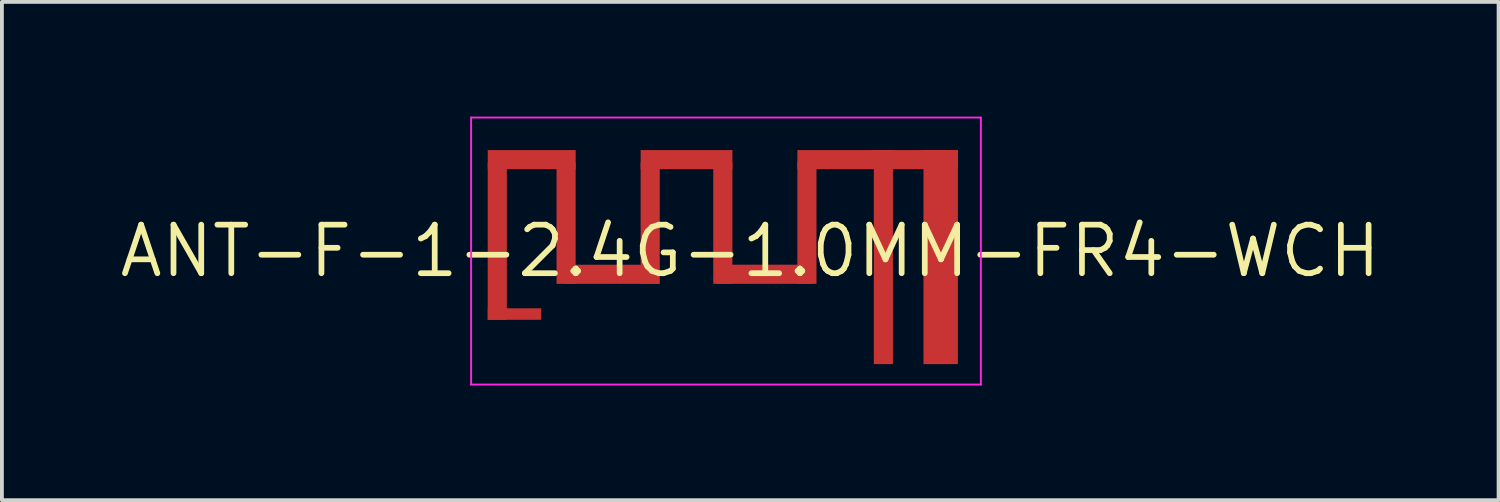
<source format=kicad_pcb>
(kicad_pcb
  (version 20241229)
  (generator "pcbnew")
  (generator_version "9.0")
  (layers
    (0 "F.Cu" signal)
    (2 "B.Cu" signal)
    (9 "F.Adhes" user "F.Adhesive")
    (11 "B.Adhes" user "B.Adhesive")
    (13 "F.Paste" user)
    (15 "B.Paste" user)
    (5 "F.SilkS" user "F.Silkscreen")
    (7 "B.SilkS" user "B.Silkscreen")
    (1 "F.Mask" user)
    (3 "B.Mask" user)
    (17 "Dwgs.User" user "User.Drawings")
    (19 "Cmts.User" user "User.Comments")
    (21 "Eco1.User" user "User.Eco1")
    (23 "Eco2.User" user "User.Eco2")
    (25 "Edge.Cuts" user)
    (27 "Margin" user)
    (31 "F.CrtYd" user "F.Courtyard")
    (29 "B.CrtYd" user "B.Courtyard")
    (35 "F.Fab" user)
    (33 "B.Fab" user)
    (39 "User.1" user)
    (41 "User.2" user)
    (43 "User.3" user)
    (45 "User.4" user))
  (footprint "ANT-F-1-2.4G-1.0MM-FR4-WCH"
    (layer "F.Cu")
    (at 15.943 3.518)
    (property "Reference" "ANT-F-1-2.4G-1.0MM-FR4-WCH" (at 0.635 0 0) (layer "F.SilkS") (effects (font (size 1.27 1.27) (thickness 0.15))))
    (attr exclude_from_pos_files exclude_from_bom)
    (fp_poly (pts (xy -5.733 -2.322) (xy -6.233 -2.322) (xy -6.233 1.798) (xy -5.733 1.798)) (stroke (width 0) (type solid)) (fill yes) (layer "F.Cu"))
    (fp_poly (pts (xy -4.833 1.498) (xy -6.233 1.498) (xy -6.233 1.798) (xy -4.833 1.798)) (stroke (width 0) (type solid)) (fill yes) (layer "F.Cu"))
    (fp_poly (pts (xy -3.933 -2.322) (xy -4.433 -2.322) (xy -4.433 0.858) (xy -3.933 0.858)) (stroke (width 0) (type solid)) (fill yes) (layer "F.Cu"))
    (fp_poly (pts (xy -3.932 -2.642) (xy -6.232 -2.642) (xy -6.232 -2.142) (xy -3.932 -2.142)) (stroke (width 0) (type solid)) (fill yes) (layer "F.Cu"))
    (fp_poly (pts (xy -1.747 0.358) (xy -4.236 0.358) (xy -4.236 0.858) (xy -1.747 0.858)) (stroke (width 0) (type solid)) (fill yes) (layer "F.Cu"))
    (fp_poly (pts (xy -1.733 -2.322) (xy -2.233 -2.322) (xy -2.233 0.858) (xy -1.733 0.858)) (stroke (width 0) (type solid)) (fill yes) (layer "F.Cu"))
    (fp_poly (pts (xy 0.168 -2.322) (xy -0.333 -2.322) (xy -0.333 0.857) (xy 0.168 0.857)) (stroke (width 0) (type solid)) (fill yes) (layer "F.Cu"))
    (fp_poly (pts (xy 0.168 -2.642) (xy -2.232 -2.642) (xy -2.232 -2.142) (xy 0.168 -2.142)) (stroke (width 0) (type solid)) (fill yes) (layer "F.Cu"))
    (fp_poly (pts (xy 2.277 0.357) (xy -0.263 0.357) (xy -0.263 0.858) (xy 2.277 0.858)) (stroke (width 0) (type solid)) (fill yes) (layer "F.Cu"))
    (fp_poly (pts (xy 2.368 -2.322) (xy 1.868 -2.322) (xy 1.868 0.858) (xy 2.368 0.858)) (stroke (width 0) (type solid)) (fill yes) (layer "F.Cu"))
    (fp_poly (pts (xy 6.068 -2.642) (xy 1.868 -2.642) (xy 1.868 -2.142) (xy 6.068 -2.142)) (stroke (width 0) (type solid)) (fill yes) (layer "F.Cu"))
    (fp_poly (pts (xy -5.733 -2.322) (xy -6.232 -2.322) (xy -6.232 1.798) (xy -5.733 1.798)) (stroke (width 0) (type solid)) (fill yes) (layer "F.Mask"))
    (fp_poly (pts (xy -4.833 1.498) (xy -6.233 1.498) (xy -6.233 1.798) (xy -4.833 1.798)) (stroke (width 0) (type solid)) (fill yes) (layer "F.Mask"))
    (fp_poly (pts (xy -3.933 -2.322) (xy -4.433 -2.322) (xy -4.433 0.858) (xy -3.933 0.858)) (stroke (width 0) (type solid)) (fill yes) (layer "F.Mask"))
    (fp_poly (pts (xy -3.932 -2.642) (xy -6.232 -2.642) (xy -6.232 -2.142) (xy -3.932 -2.142)) (stroke (width 0) (type solid)) (fill yes) (layer "F.Mask"))
    (fp_poly (pts (xy -1.747 0.358) (xy -4.236 0.358) (xy -4.236 0.858) (xy -1.747 0.858)) (stroke (width 0) (type solid)) (fill yes) (layer "F.Mask"))
    (fp_poly (pts (xy -1.733 -2.322) (xy -2.233 -2.322) (xy -2.233 0.858) (xy -1.733 0.858)) (stroke (width 0) (type solid)) (fill yes) (layer "F.Mask"))
    (fp_poly (pts (xy 0.168 -2.322) (xy -0.332 -2.322) (xy -0.332 0.858) (xy 0.168 0.858)) (stroke (width 0) (type solid)) (fill yes) (layer "F.Mask"))
    (fp_poly (pts (xy 0.168 -2.642) (xy -2.232 -2.642) (xy -2.232 -2.142) (xy 0.168 -2.142)) (stroke (width 0) (type solid)) (fill yes) (layer "F.Mask"))
    (fp_poly (pts (xy 2.277 0.357) (xy -0.263 0.357) (xy -0.263 0.858) (xy 2.277 0.858)) (stroke (width 0) (type solid)) (fill yes) (layer "F.Mask"))
    (fp_poly (pts (xy 2.368 -2.322) (xy 1.868 -2.322) (xy 1.868 0.857) (xy 2.368 0.857)) (stroke (width 0) (type solid)) (fill yes) (layer "F.Mask"))
    (fp_poly (pts (xy 4.368 -2.373) (xy 3.868 -2.373) (xy 3.868 2.957) (xy 4.368 2.957)) (stroke (width 0) (type solid)) (fill yes) (layer "F.Mask"))
    (fp_poly (pts (xy 6.067 -2.348) (xy 5.167 -2.348) (xy 5.167 2.958) (xy 6.067 2.958)) (stroke (width 0) (type solid)) (fill yes) (layer "F.Mask"))
    (fp_poly (pts (xy 6.068 -2.642) (xy 1.868 -2.642) (xy 1.868 -2.142) (xy 6.068 -2.142)) (stroke (width 0) (type solid)) (fill yes) (layer "F.Mask"))
    (fp_line (start -6.668 -3.493) (end -6.668 3.493) (stroke (width 0.05) (type solid)) (layer "F.CrtYd"))
    (fp_line (start -6.668 3.493) (end 6.668 3.493) (stroke (width 0.05) (type solid)) (layer "F.CrtYd"))
    (fp_line (start 6.668 -3.493) (end -6.668 -3.493) (stroke (width 0.05) (type solid)) (layer "F.CrtYd"))
    (fp_line (start 6.668 3.493) (end 6.668 -3.493) (stroke (width 0.05) (type solid)) (layer "F.CrtYd"))
    (pad "0" smd rect (at 5.617 0.158) (size 0.9 5.6) (layers "F.Cu" "F.Mask" "F.Paste"))
    (pad "1" smd rect (at 4.118 0.158) (size 0.5 5.6) (layers "F.Cu" "F.Mask" "F.Paste")))
  (gr_rect
    (start -3 -3)
    (end 36.156 10.035)
    (stroke (width 0.1) (type default))
    (fill no)
    (layer "Edge.Cuts")))
</source>
